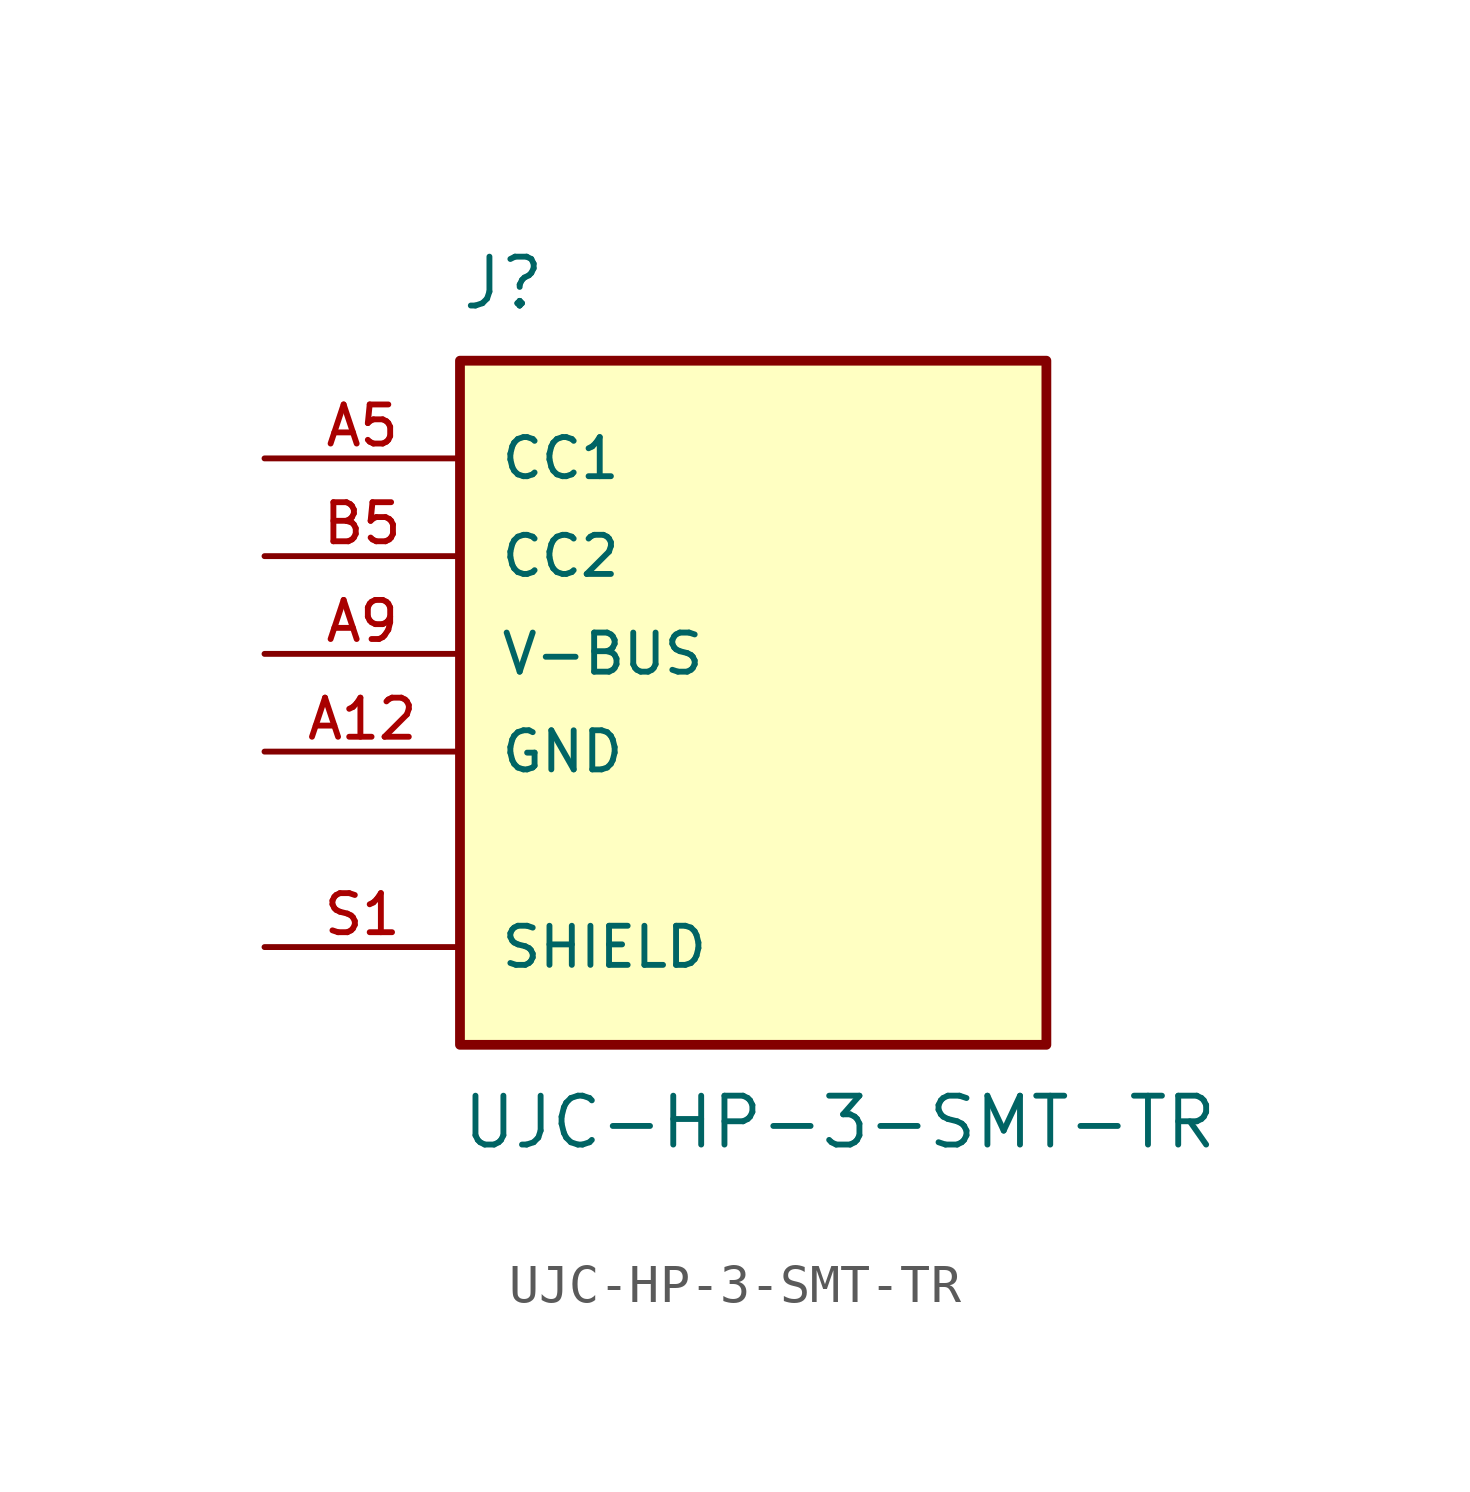
<source format=kicad_sym>
(kicad_symbol_lib
  (version 20241209)
  (generator "kicad_symbol_editor")
  (generator_version "9.0")
  (symbol "UJC-HP-3-SMT-TR"
    (pin_names
      (offset 1.016))
    (property "Reference" "J"
      (at -7.62 8.89 0)
      (effects (font (size 1.27 1.27)) (justify left bottom)))
    (property "Value" "UJC-HP-3-SMT-TR"
      (at -7.62 -11.43 0)
      (effects (font (size 1.27 1.27)) (justify left top)))
    (symbol "UJC-HP-3-SMT-TR_0_0"
      (rectangle (start -7.62 -10.16) (end 7.62 7.62) (stroke (width 0.254) (type default)) (fill (type background)))
      (pin bidirectional line (at -12.7 5.08 0) (length 5.08) (name "CC1" (effects (font (size 1.016 1.016)))) (number "A5" (effects (font (size 1.016 1.016)))))
      (pin bidirectional line (at -12.7 2.54 0) (length 5.08) (name "CC2" (effects (font (size 1.016 1.016)))) (number "B5" (effects (font (size 1.016 1.016))))))
    (symbol "UJC-HP-3-SMT-TR_1_0"
      (pin power_in line (at -12.7 0 0) (length 5.08) (name "V-BUS" (effects (font (size 1.016 1.016)))) (number "A9" (effects (font (size 1.016 1.016)))))
      (pin power_in line (at -12.7 -2.54 0) (length 5.08) (name "GND" (effects (font (size 1.016 1.016)))) (number "A12" (effects (font (size 1.016 1.016)))))
      (pin passive line (at -12.7 -7.62 0) (length 5.08) (name "SHIELD" (effects (font (size 1.016 1.016)))) (number "S1" (effects (font (size 1.016 1.016))))))))
</source>
